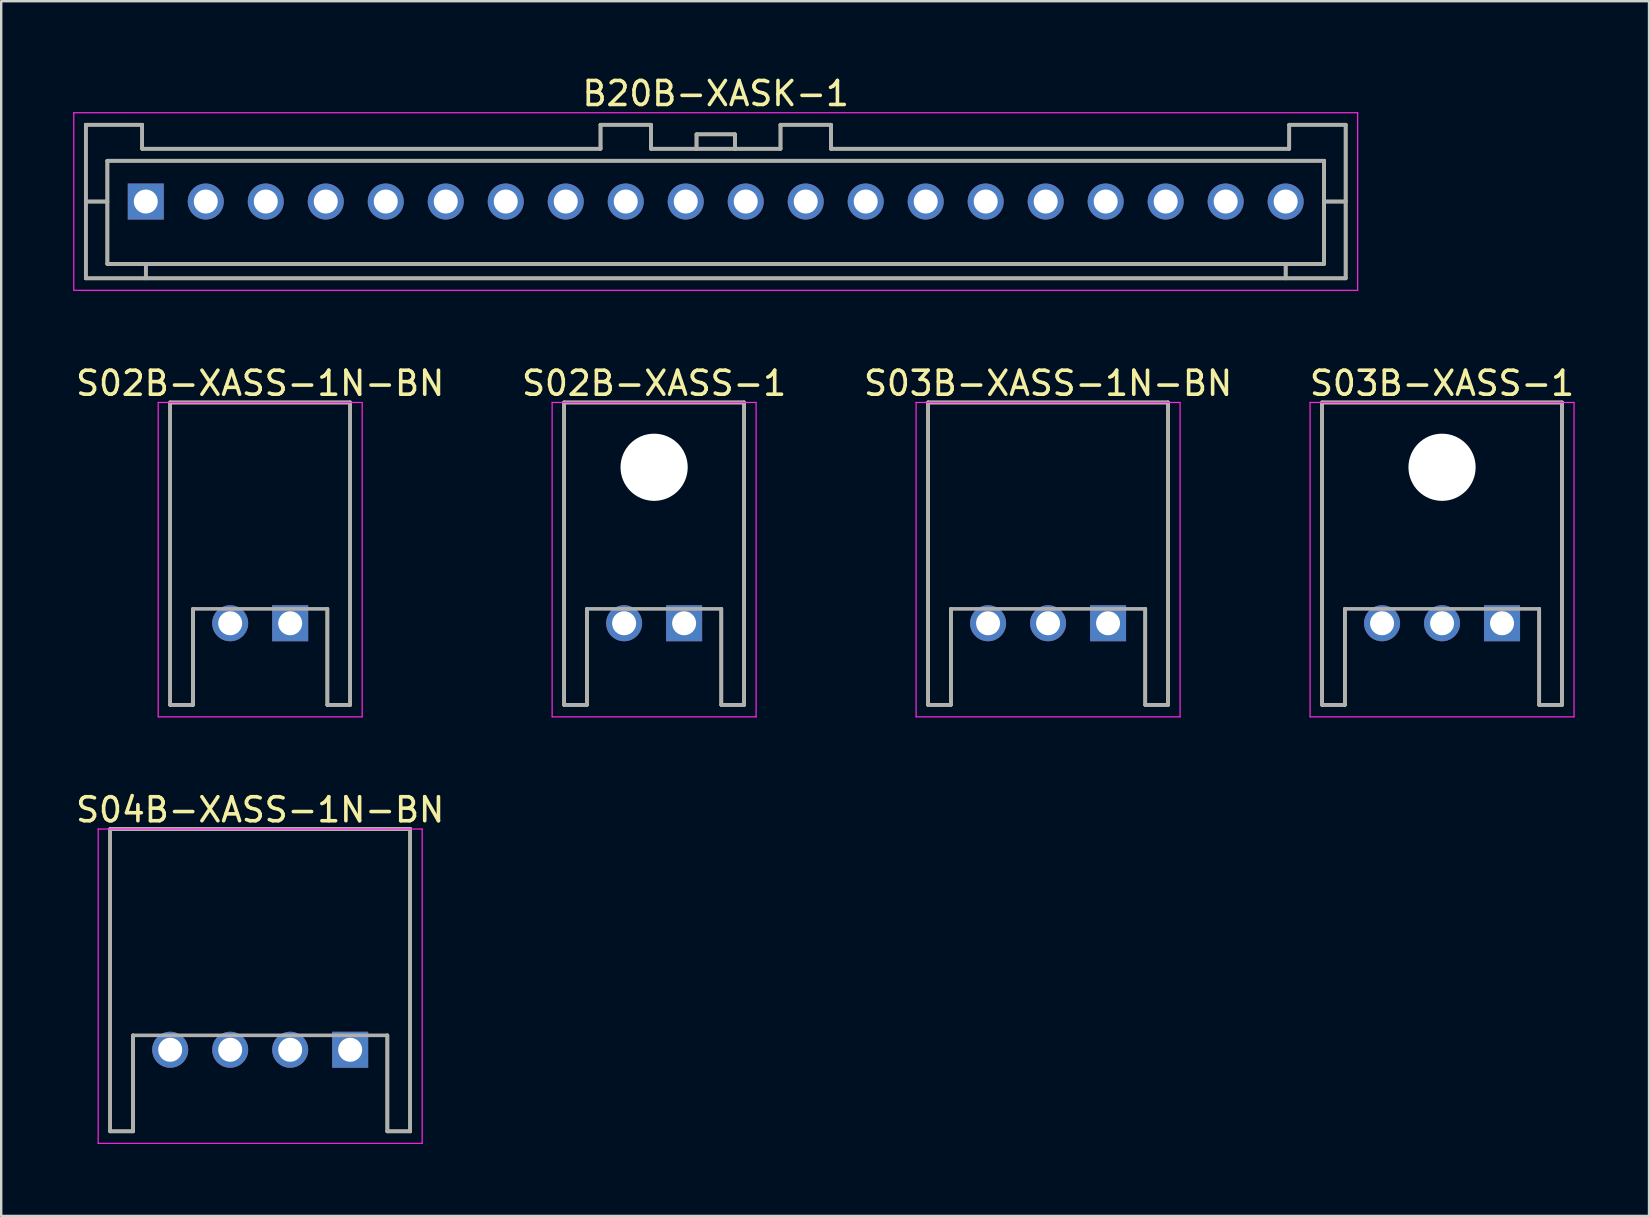
<source format=kicad_pcb>
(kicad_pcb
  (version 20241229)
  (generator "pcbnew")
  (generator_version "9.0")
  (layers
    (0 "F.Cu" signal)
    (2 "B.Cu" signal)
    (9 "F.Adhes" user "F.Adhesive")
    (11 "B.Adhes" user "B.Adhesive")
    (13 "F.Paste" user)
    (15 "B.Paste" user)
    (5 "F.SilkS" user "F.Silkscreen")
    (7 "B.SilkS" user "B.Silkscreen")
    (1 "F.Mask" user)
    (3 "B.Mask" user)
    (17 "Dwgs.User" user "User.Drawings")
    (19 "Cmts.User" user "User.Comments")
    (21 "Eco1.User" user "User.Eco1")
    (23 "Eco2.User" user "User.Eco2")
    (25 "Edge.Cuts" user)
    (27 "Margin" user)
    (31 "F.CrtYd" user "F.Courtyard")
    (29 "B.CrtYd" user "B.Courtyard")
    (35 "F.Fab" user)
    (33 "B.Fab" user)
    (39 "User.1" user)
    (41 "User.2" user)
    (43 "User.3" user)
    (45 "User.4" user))
  (footprint "S03B-XASS-1"
    (layer "F.Cu")
    (at 57.042 22.922)
    (property "Reference" "S03B-XASS-1" (at 0 -10 0) (layer "F.SilkS") (effects (font (size 1 1) (thickness 0.15))))
    (attr smd)
    (fp_line (start -5 -9.2) (end -5 3.4) (stroke (width 0.15) (type solid)) (layer "F.SilkS"))
    (fp_line (start -5 -9.2) (end 5 -9.2) (stroke (width 0.15) (type solid)) (layer "F.SilkS"))
    (fp_line (start -5 3.4) (end -4.05 3.4) (stroke (width 0.15) (type solid)) (layer "F.SilkS"))
    (fp_line (start -4.05 -0.6) (end -4.05 3.4) (stroke (width 0.15) (type solid)) (layer "F.SilkS"))
    (fp_line (start 4.05 -0.6) (end 4.05 3.4) (stroke (width 0.15) (type solid)) (layer "F.SilkS"))
    (fp_line (start 4.05 3.4) (end 5 3.4) (stroke (width 0.15) (type solid)) (layer "F.SilkS"))
    (fp_line (start 5 -9.2) (end 5 3.4) (stroke (width 0.15) (type solid)) (layer "F.SilkS"))
    (fp_line (start -5.5 -9.2) (end -5.5 3.9) (stroke (width 0.05) (type solid)) (layer "F.CrtYd"))
    (fp_line (start -5.5 -9.2) (end 5.5 -9.2) (stroke (width 0.05) (type solid)) (layer "F.CrtYd"))
    (fp_line (start -5.5 3.9) (end 5.5 3.9) (stroke (width 0.05) (type solid)) (layer "F.CrtYd"))
    (fp_line (start 5.5 -9.2) (end 5.5 3.9) (stroke (width 0.05) (type solid)) (layer "F.CrtYd"))
    (fp_line (start -5 -9.2) (end -5 3.4) (stroke (width 0.15) (type solid)) (layer "F.Fab"))
    (fp_line (start -5 -9.2) (end 5 -9.2) (stroke (width 0.15) (type solid)) (layer "F.Fab"))
    (fp_line (start -5 3.4) (end -4.05 3.4) (stroke (width 0.15) (type solid)) (layer "F.Fab"))
    (fp_line (start -4.05 -0.6) (end -4.05 3.4) (stroke (width 0.15) (type solid)) (layer "F.Fab"))
    (fp_line (start -4.05 -0.6) (end 4.05 -0.6) (stroke (width 0.15) (type solid)) (layer "F.Fab"))
    (fp_line (start 4.05 -0.6) (end 4.05 3.4) (stroke (width 0.15) (type solid)) (layer "F.Fab"))
    (fp_line (start 4.05 3.4) (end 5 3.4) (stroke (width 0.15) (type solid)) (layer "F.Fab"))
    (fp_line (start 5 -9.2) (end 5 3.4) (stroke (width 0.15) (type solid)) (layer "F.Fab"))
    (pad "" np_thru_hole circle (at 0 -6.5) (size 2.8 2.8) (drill 2.8) (layers "*.Cu" "*.Mask"))
    (pad "1" thru_hole rect (at 2.5 0 180) (size 1.5 1.5) (drill 1) (layers "*.Cu" "*.Mask"))
    (pad "2" thru_hole circle (at 0 0 180) (size 1.5 1.5) (drill 1) (layers "*.Cu" "*.Mask"))
    (pad "3" thru_hole circle (at -2.5 0 180) (size 1.5 1.5) (drill 1) (layers "*.Cu" "*.Mask")))
  (footprint "S04B-XASS-1N-BN"
    (layer "F.Cu")
    (at 7.792 40.695)
    (property "Reference" "S04B-XASS-1N-BN" (at 0 -10 0) (layer "F.SilkS") (effects (font (size 1 1) (thickness 0.15))))
    (attr smd)
    (fp_line (start -6.25 -9.2) (end -6.25 3.4) (stroke (width 0.15) (type solid)) (layer "F.SilkS"))
    (fp_line (start -6.25 -9.2) (end 6.25 -9.2) (stroke (width 0.15) (type solid)) (layer "F.SilkS"))
    (fp_line (start -6.25 3.4) (end -5.3 3.4) (stroke (width 0.15) (type solid)) (layer "F.SilkS"))
    (fp_line (start -5.3 -0.6) (end -5.3 3.4) (stroke (width 0.15) (type solid)) (layer "F.SilkS"))
    (fp_line (start 5.3 -0.6) (end 5.3 3.4) (stroke (width 0.15) (type solid)) (layer "F.SilkS"))
    (fp_line (start 5.3 3.4) (end 6.25 3.4) (stroke (width 0.15) (type solid)) (layer "F.SilkS"))
    (fp_line (start 6.25 -9.2) (end 6.25 3.4) (stroke (width 0.15) (type solid)) (layer "F.SilkS"))
    (fp_line (start -6.75 -9.2) (end -6.75 3.9) (stroke (width 0.05) (type solid)) (layer "F.CrtYd"))
    (fp_line (start -6.75 -9.2) (end 6.75 -9.2) (stroke (width 0.05) (type solid)) (layer "F.CrtYd"))
    (fp_line (start -6.75 3.9) (end 6.75 3.9) (stroke (width 0.05) (type solid)) (layer "F.CrtYd"))
    (fp_line (start 6.75 -9.2) (end 6.75 3.9) (stroke (width 0.05) (type solid)) (layer "F.CrtYd"))
    (fp_line (start -6.25 -9.2) (end -6.25 3.4) (stroke (width 0.15) (type solid)) (layer "F.Fab"))
    (fp_line (start -6.25 -9.2) (end 6.25 -9.2) (stroke (width 0.15) (type solid)) (layer "F.Fab"))
    (fp_line (start -6.25 3.4) (end -5.3 3.4) (stroke (width 0.15) (type solid)) (layer "F.Fab"))
    (fp_line (start -5.3 -0.6) (end -5.3 3.4) (stroke (width 0.15) (type solid)) (layer "F.Fab"))
    (fp_line (start -5.3 -0.6) (end 5.3 -0.6) (stroke (width 0.15) (type solid)) (layer "F.Fab"))
    (fp_line (start 5.3 -0.6) (end 5.3 3.4) (stroke (width 0.15) (type solid)) (layer "F.Fab"))
    (fp_line (start 5.3 3.4) (end 6.25 3.4) (stroke (width 0.15) (type solid)) (layer "F.Fab"))
    (fp_line (start 6.25 -9.2) (end 6.25 3.4) (stroke (width 0.15) (type solid)) (layer "F.Fab"))
    (pad "1" thru_hole rect (at 3.75 0 180) (size 1.5 1.5) (drill 1) (layers "*.Cu" "*.Mask"))
    (pad "2" thru_hole circle (at 1.25 0 180) (size 1.5 1.5) (drill 1) (layers "*.Cu" "*.Mask"))
    (pad "3" thru_hole circle (at -1.25 0 180) (size 1.5 1.5) (drill 1) (layers "*.Cu" "*.Mask"))
    (pad "4" thru_hole circle (at -3.75 0 180) (size 1.5 1.5) (drill 1) (layers "*.Cu" "*.Mask")))
  (footprint "S02B-XASS-1N-BN"
    (layer "F.Cu")
    (at 7.792 22.922)
    (property "Reference" "S02B-XASS-1N-BN" (at 0 -10 0) (layer "F.SilkS") (effects (font (size 1 1) (thickness 0.15))))
    (attr smd)
    (fp_line (start -3.75 -9.2) (end -3.75 3.4) (stroke (width 0.15) (type solid)) (layer "F.SilkS"))
    (fp_line (start -3.75 -9.2) (end 3.75 -9.2) (stroke (width 0.15) (type solid)) (layer "F.SilkS"))
    (fp_line (start -3.75 3.4) (end -2.8 3.4) (stroke (width 0.15) (type solid)) (layer "F.SilkS"))
    (fp_line (start -2.8 -0.6) (end -2.8 3.4) (stroke (width 0.15) (type solid)) (layer "F.SilkS"))
    (fp_line (start 2.8 -0.6) (end 2.8 3.4) (stroke (width 0.15) (type solid)) (layer "F.SilkS"))
    (fp_line (start 2.8 3.4) (end 3.75 3.4) (stroke (width 0.15) (type solid)) (layer "F.SilkS"))
    (fp_line (start 3.75 -9.2) (end 3.75 3.4) (stroke (width 0.15) (type solid)) (layer "F.SilkS"))
    (fp_line (start -4.25 -9.2) (end -4.25 3.9) (stroke (width 0.05) (type solid)) (layer "F.CrtYd"))
    (fp_line (start -4.25 -9.2) (end 4.25 -9.2) (stroke (width 0.05) (type solid)) (layer "F.CrtYd"))
    (fp_line (start -4.25 3.9) (end 4.25 3.9) (stroke (width 0.05) (type solid)) (layer "F.CrtYd"))
    (fp_line (start 4.25 -9.2) (end 4.25 3.9) (stroke (width 0.05) (type solid)) (layer "F.CrtYd"))
    (fp_line (start -3.75 -9.2) (end -3.75 3.4) (stroke (width 0.15) (type solid)) (layer "F.Fab"))
    (fp_line (start -3.75 -9.2) (end 3.75 -9.2) (stroke (width 0.15) (type solid)) (layer "F.Fab"))
    (fp_line (start -3.75 3.4) (end -2.8 3.4) (stroke (width 0.15) (type solid)) (layer "F.Fab"))
    (fp_line (start -2.8 -0.6) (end -2.8 3.4) (stroke (width 0.15) (type solid)) (layer "F.Fab"))
    (fp_line (start -2.8 -0.6) (end 2.8 -0.6) (stroke (width 0.15) (type solid)) (layer "F.Fab"))
    (fp_line (start 2.8 -0.6) (end 2.8 3.4) (stroke (width 0.15) (type solid)) (layer "F.Fab"))
    (fp_line (start 2.8 3.4) (end 3.75 3.4) (stroke (width 0.15) (type solid)) (layer "F.Fab"))
    (fp_line (start 3.75 -9.2) (end 3.75 3.4) (stroke (width 0.15) (type solid)) (layer "F.Fab"))
    (pad "1" thru_hole rect (at 1.25 0 180) (size 1.5 1.5) (drill 1) (layers "*.Cu" "*.Mask"))
    (pad "2" thru_hole circle (at -1.25 0 180) (size 1.5 1.5) (drill 1) (layers "*.Cu" "*.Mask")))
  (footprint "B20B-XASK-1"
    (layer "F.Cu")
    (at 26.775 5.348)
    (property "Reference" "B20B-XASK-1" (at 0 -4.5 0) (layer "F.SilkS") (effects (font (size 1 1) (thickness 0.15))))
    (attr smd)
    (fp_line (start -26.25 -3.2) (end -26.25 3.2) (stroke (width 0.15) (type solid)) (layer "F.SilkS"))
    (fp_line (start -26.25 -3.2) (end -23.9 -3.2) (stroke (width 0.15) (type solid)) (layer "F.SilkS"))
    (fp_line (start -26.25 0) (end -25.35 0) (stroke (width 0.15) (type solid)) (layer "F.SilkS"))
    (fp_line (start -26.25 3.2) (end 26.25 3.2) (stroke (width 0.15) (type solid)) (layer "F.SilkS"))
    (fp_line (start -25.35 -1.7) (end -25.35 2.6) (stroke (width 0.15) (type solid)) (layer "F.SilkS"))
    (fp_line (start -25.35 -1.7) (end 25.35 -1.7) (stroke (width 0.15) (type solid)) (layer "F.SilkS"))
    (fp_line (start -25.35 2.6) (end 25.35 2.6) (stroke (width 0.15) (type solid)) (layer "F.SilkS"))
    (fp_line (start -23.9 -3.2) (end -23.9 -2.2) (stroke (width 0.15) (type solid)) (layer "F.SilkS"))
    (fp_line (start -23.9 -2.2) (end -4.8 -2.2) (stroke (width 0.15) (type solid)) (layer "F.SilkS"))
    (fp_line (start -23.75 2.6) (end -23.75 3.2) (stroke (width 0.15) (type solid)) (layer "F.SilkS"))
    (fp_line (start -4.8 -3.2) (end -4.8 -2.2) (stroke (width 0.15) (type solid)) (layer "F.SilkS"))
    (fp_line (start -4.8 -3.2) (end -2.7 -3.2) (stroke (width 0.15) (type solid)) (layer "F.SilkS"))
    (fp_line (start -2.7 -3.2) (end -2.7 -2.2) (stroke (width 0.15) (type solid)) (layer "F.SilkS"))
    (fp_line (start -2.7 -2.2) (end 2.7 -2.2) (stroke (width 0.15) (type solid)) (layer "F.SilkS"))
    (fp_line (start -0.8 -2.8) (end -0.8 -2.2) (stroke (width 0.15) (type solid)) (layer "F.SilkS"))
    (fp_line (start -0.8 -2.8) (end 0.8 -2.8) (stroke (width 0.15) (type solid)) (layer "F.SilkS"))
    (fp_line (start 0.8 -2.8) (end 0.8 -2.2) (stroke (width 0.15) (type solid)) (layer "F.SilkS"))
    (fp_line (start 2.7 -3.2) (end 2.7 -2.2) (stroke (width 0.15) (type solid)) (layer "F.SilkS"))
    (fp_line (start 2.7 -3.2) (end 4.8 -3.2) (stroke (width 0.15) (type solid)) (layer "F.SilkS"))
    (fp_line (start 4.8 -3.2) (end 4.8 -2.2) (stroke (width 0.15) (type solid)) (layer "F.SilkS"))
    (fp_line (start 4.8 -2.2) (end 23.9 -2.2) (stroke (width 0.15) (type solid)) (layer "F.SilkS"))
    (fp_line (start 23.75 2.6) (end 23.75 3.2) (stroke (width 0.15) (type solid)) (layer "F.SilkS"))
    (fp_line (start 23.9 -3.2) (end 23.9 -2.2) (stroke (width 0.15) (type solid)) (layer "F.SilkS"))
    (fp_line (start 23.9 -3.2) (end 26.25 -3.2) (stroke (width 0.15) (type solid)) (layer "F.SilkS"))
    (fp_line (start 25.35 -1.7) (end 25.35 2.6) (stroke (width 0.15) (type solid)) (layer "F.SilkS"))
    (fp_line (start 25.35 0) (end 26.25 0) (stroke (width 0.15) (type solid)) (layer "F.SilkS"))
    (fp_line (start 26.25 -3.2) (end 26.25 3.2) (stroke (width 0.15) (type solid)) (layer "F.SilkS"))
    (fp_line (start -26.75 -3.7) (end -26.75 3.7) (stroke (width 0.05) (type solid)) (layer "F.CrtYd"))
    (fp_line (start -26.75 -3.7) (end 26.75 -3.7) (stroke (width 0.05) (type solid)) (layer "F.CrtYd"))
    (fp_line (start -26.75 3.7) (end 26.75 3.7) (stroke (width 0.05) (type solid)) (layer "F.CrtYd"))
    (fp_line (start 26.75 -3.7) (end 26.75 3.7) (stroke (width 0.05) (type solid)) (layer "F.CrtYd"))
    (fp_line (start -26.25 -3.2) (end -26.25 3.2) (stroke (width 0.15) (type solid)) (layer "F.Fab"))
    (fp_line (start -26.25 -3.2) (end -23.9 -3.2) (stroke (width 0.15) (type solid)) (layer "F.Fab"))
    (fp_line (start -26.25 0) (end -25.35 0) (stroke (width 0.15) (type solid)) (layer "F.Fab"))
    (fp_line (start -26.25 3.2) (end 26.25 3.2) (stroke (width 0.15) (type solid)) (layer "F.Fab"))
    (fp_line (start -25.35 -1.7) (end -25.35 2.6) (stroke (width 0.15) (type solid)) (layer "F.Fab"))
    (fp_line (start -25.35 -1.7) (end 25.35 -1.7) (stroke (width 0.15) (type solid)) (layer "F.Fab"))
    (fp_line (start -25.35 2.6) (end 25.35 2.6) (stroke (width 0.15) (type solid)) (layer "F.Fab"))
    (fp_line (start -23.9 -3.2) (end -23.9 -2.2) (stroke (width 0.15) (type solid)) (layer "F.Fab"))
    (fp_line (start -23.9 -2.2) (end -4.8 -2.2) (stroke (width 0.15) (type solid)) (layer "F.Fab"))
    (fp_line (start -23.75 2.6) (end -23.75 3.2) (stroke (width 0.15) (type solid)) (layer "F.Fab"))
    (fp_line (start -4.8 -3.2) (end -4.8 -2.2) (stroke (width 0.15) (type solid)) (layer "F.Fab"))
    (fp_line (start -4.8 -3.2) (end -2.7 -3.2) (stroke (width 0.15) (type solid)) (layer "F.Fab"))
    (fp_line (start -2.7 -3.2) (end -2.7 -2.2) (stroke (width 0.15) (type solid)) (layer "F.Fab"))
    (fp_line (start -2.7 -2.2) (end 2.7 -2.2) (stroke (width 0.15) (type solid)) (layer "F.Fab"))
    (fp_line (start -0.8 -2.8) (end -0.8 -2.2) (stroke (width 0.15) (type solid)) (layer "F.Fab"))
    (fp_line (start -0.8 -2.8) (end 0.8 -2.8) (stroke (width 0.15) (type solid)) (layer "F.Fab"))
    (fp_line (start 0.8 -2.8) (end 0.8 -2.2) (stroke (width 0.15) (type solid)) (layer "F.Fab"))
    (fp_line (start 2.7 -3.2) (end 2.7 -2.2) (stroke (width 0.15) (type solid)) (layer "F.Fab"))
    (fp_line (start 2.7 -3.2) (end 4.8 -3.2) (stroke (width 0.15) (type solid)) (layer "F.Fab"))
    (fp_line (start 4.8 -3.2) (end 4.8 -2.2) (stroke (width 0.15) (type solid)) (layer "F.Fab"))
    (fp_line (start 4.8 -2.2) (end 23.9 -2.2) (stroke (width 0.15) (type solid)) (layer "F.Fab"))
    (fp_line (start 23.75 2.6) (end 23.75 3.2) (stroke (width 0.15) (type solid)) (layer "F.Fab"))
    (fp_line (start 23.9 -3.2) (end 23.9 -2.2) (stroke (width 0.15) (type solid)) (layer "F.Fab"))
    (fp_line (start 23.9 -3.2) (end 26.25 -3.2) (stroke (width 0.15) (type solid)) (layer "F.Fab"))
    (fp_line (start 25.35 -1.7) (end 25.35 2.6) (stroke (width 0.15) (type solid)) (layer "F.Fab"))
    (fp_line (start 25.35 0) (end 26.25 0) (stroke (width 0.15) (type solid)) (layer "F.Fab"))
    (fp_line (start 26.25 -3.2) (end 26.25 3.2) (stroke (width 0.15) (type solid)) (layer "F.Fab"))
    (pad "1" thru_hole rect (at -23.75 0) (size 1.5 1.5) (drill 1) (layers "*.Cu" "*.Mask"))
    (pad "2" thru_hole circle (at -21.25 0) (size 1.5 1.5) (drill 1) (layers "*.Cu" "*.Mask"))
    (pad "3" thru_hole circle (at -18.75 0) (size 1.5 1.5) (drill 1) (layers "*.Cu" "*.Mask"))
    (pad "4" thru_hole circle (at -16.25 0) (size 1.5 1.5) (drill 1) (layers "*.Cu" "*.Mask"))
    (pad "5" thru_hole circle (at -13.75 0) (size 1.5 1.5) (drill 1) (layers "*.Cu" "*.Mask"))
    (pad "6" thru_hole circle (at -11.25 0) (size 1.5 1.5) (drill 1) (layers "*.Cu" "*.Mask"))
    (pad "7" thru_hole circle (at -8.75 0) (size 1.5 1.5) (drill 1) (layers "*.Cu" "*.Mask"))
    (pad "8" thru_hole circle (at -6.25 0) (size 1.5 1.5) (drill 1) (layers "*.Cu" "*.Mask"))
    (pad "9" thru_hole circle (at -3.75 0) (size 1.5 1.5) (drill 1) (layers "*.Cu" "*.Mask"))
    (pad "10" thru_hole circle (at -1.25 0) (size 1.5 1.5) (drill 1) (layers "*.Cu" "*.Mask"))
    (pad "11" thru_hole circle (at 1.25 0) (size 1.5 1.5) (drill 1) (layers "*.Cu" "*.Mask"))
    (pad "12" thru_hole circle (at 3.75 0) (size 1.5 1.5) (drill 1) (layers "*.Cu" "*.Mask"))
    (pad "13" thru_hole circle (at 6.25 0) (size 1.5 1.5) (drill 1) (layers "*.Cu" "*.Mask"))
    (pad "14" thru_hole circle (at 8.75 0) (size 1.5 1.5) (drill 1) (layers "*.Cu" "*.Mask"))
    (pad "15" thru_hole circle (at 11.25 0) (size 1.5 1.5) (drill 1) (layers "*.Cu" "*.Mask"))
    (pad "16" thru_hole circle (at 13.75 0) (size 1.5 1.5) (drill 1) (layers "*.Cu" "*.Mask"))
    (pad "17" thru_hole circle (at 16.25 0) (size 1.5 1.5) (drill 1) (layers "*.Cu" "*.Mask"))
    (pad "18" thru_hole circle (at 18.75 0) (size 1.5 1.5) (drill 1) (layers "*.Cu" "*.Mask"))
    (pad "19" thru_hole circle (at 21.25 0) (size 1.5 1.5) (drill 1) (layers "*.Cu" "*.Mask"))
    (pad "20" thru_hole circle (at 23.75 0) (size 1.5 1.5) (drill 1) (layers "*.Cu" "*.Mask")))
  (footprint "S03B-XASS-1N-BN"
    (layer "F.Cu")
    (at 40.625 22.922)
    (property "Reference" "S03B-XASS-1N-BN" (at 0 -10 0) (layer "F.SilkS") (effects (font (size 1 1) (thickness 0.15))))
    (attr smd)
    (fp_line (start -5 -9.2) (end -5 3.4) (stroke (width 0.15) (type solid)) (layer "F.SilkS"))
    (fp_line (start -5 -9.2) (end 5 -9.2) (stroke (width 0.15) (type solid)) (layer "F.SilkS"))
    (fp_line (start -5 3.4) (end -4.05 3.4) (stroke (width 0.15) (type solid)) (layer "F.SilkS"))
    (fp_line (start -4.05 -0.6) (end -4.05 3.4) (stroke (width 0.15) (type solid)) (layer "F.SilkS"))
    (fp_line (start 4.05 -0.6) (end 4.05 3.4) (stroke (width 0.15) (type solid)) (layer "F.SilkS"))
    (fp_line (start 4.05 3.4) (end 5 3.4) (stroke (width 0.15) (type solid)) (layer "F.SilkS"))
    (fp_line (start 5 -9.2) (end 5 3.4) (stroke (width 0.15) (type solid)) (layer "F.SilkS"))
    (fp_line (start -5.5 -9.2) (end -5.5 3.9) (stroke (width 0.05) (type solid)) (layer "F.CrtYd"))
    (fp_line (start -5.5 -9.2) (end 5.5 -9.2) (stroke (width 0.05) (type solid)) (layer "F.CrtYd"))
    (fp_line (start -5.5 3.9) (end 5.5 3.9) (stroke (width 0.05) (type solid)) (layer "F.CrtYd"))
    (fp_line (start 5.5 -9.2) (end 5.5 3.9) (stroke (width 0.05) (type solid)) (layer "F.CrtYd"))
    (fp_line (start -5 -9.2) (end -5 3.4) (stroke (width 0.15) (type solid)) (layer "F.Fab"))
    (fp_line (start -5 -9.2) (end 5 -9.2) (stroke (width 0.15) (type solid)) (layer "F.Fab"))
    (fp_line (start -5 3.4) (end -4.05 3.4) (stroke (width 0.15) (type solid)) (layer "F.Fab"))
    (fp_line (start -4.05 -0.6) (end -4.05 3.4) (stroke (width 0.15) (type solid)) (layer "F.Fab"))
    (fp_line (start -4.05 -0.6) (end 4.05 -0.6) (stroke (width 0.15) (type solid)) (layer "F.Fab"))
    (fp_line (start 4.05 -0.6) (end 4.05 3.4) (stroke (width 0.15) (type solid)) (layer "F.Fab"))
    (fp_line (start 4.05 3.4) (end 5 3.4) (stroke (width 0.15) (type solid)) (layer "F.Fab"))
    (fp_line (start 5 -9.2) (end 5 3.4) (stroke (width 0.15) (type solid)) (layer "F.Fab"))
    (pad "1" thru_hole rect (at 2.5 0 180) (size 1.5 1.5) (drill 1) (layers "*.Cu" "*.Mask"))
    (pad "2" thru_hole circle (at 0 0 180) (size 1.5 1.5) (drill 1) (layers "*.Cu" "*.Mask"))
    (pad "3" thru_hole circle (at -2.5 0 180) (size 1.5 1.5) (drill 1) (layers "*.Cu" "*.Mask")))
  (footprint "S02B-XASS-1"
    (layer "F.Cu")
    (at 24.208 22.922)
    (property "Reference" "S02B-XASS-1" (at 0 -10 0) (layer "F.SilkS") (effects (font (size 1 1) (thickness 0.15))))
    (attr smd)
    (fp_line (start -3.75 -9.2) (end -3.75 3.4) (stroke (width 0.15) (type solid)) (layer "F.SilkS"))
    (fp_line (start -3.75 -9.2) (end 3.75 -9.2) (stroke (width 0.15) (type solid)) (layer "F.SilkS"))
    (fp_line (start -3.75 3.4) (end -2.8 3.4) (stroke (width 0.15) (type solid)) (layer "F.SilkS"))
    (fp_line (start -2.8 -0.6) (end -2.8 3.4) (stroke (width 0.15) (type solid)) (layer "F.SilkS"))
    (fp_line (start 2.8 -0.6) (end 2.8 3.4) (stroke (width 0.15) (type solid)) (layer "F.SilkS"))
    (fp_line (start 2.8 3.4) (end 3.75 3.4) (stroke (width 0.15) (type solid)) (layer "F.SilkS"))
    (fp_line (start 3.75 -9.2) (end 3.75 3.4) (stroke (width 0.15) (type solid)) (layer "F.SilkS"))
    (fp_line (start -4.25 -9.2) (end -4.25 3.9) (stroke (width 0.05) (type solid)) (layer "F.CrtYd"))
    (fp_line (start -4.25 -9.2) (end 4.25 -9.2) (stroke (width 0.05) (type solid)) (layer "F.CrtYd"))
    (fp_line (start -4.25 3.9) (end 4.25 3.9) (stroke (width 0.05) (type solid)) (layer "F.CrtYd"))
    (fp_line (start 4.25 -9.2) (end 4.25 3.9) (stroke (width 0.05) (type solid)) (layer "F.CrtYd"))
    (fp_line (start -3.75 -9.2) (end -3.75 3.4) (stroke (width 0.15) (type solid)) (layer "F.Fab"))
    (fp_line (start -3.75 -9.2) (end 3.75 -9.2) (stroke (width 0.15) (type solid)) (layer "F.Fab"))
    (fp_line (start -3.75 3.4) (end -2.8 3.4) (stroke (width 0.15) (type solid)) (layer "F.Fab"))
    (fp_line (start -2.8 -0.6) (end -2.8 3.4) (stroke (width 0.15) (type solid)) (layer "F.Fab"))
    (fp_line (start -2.8 -0.6) (end 2.8 -0.6) (stroke (width 0.15) (type solid)) (layer "F.Fab"))
    (fp_line (start 2.8 -0.6) (end 2.8 3.4) (stroke (width 0.15) (type solid)) (layer "F.Fab"))
    (fp_line (start 2.8 3.4) (end 3.75 3.4) (stroke (width 0.15) (type solid)) (layer "F.Fab"))
    (fp_line (start 3.75 -9.2) (end 3.75 3.4) (stroke (width 0.15) (type solid)) (layer "F.Fab"))
    (pad "" np_thru_hole circle (at 0 -6.5) (size 2.8 2.8) (drill 2.8) (layers "*.Cu" "*.Mask"))
    (pad "1" thru_hole rect (at 1.25 0 180) (size 1.5 1.5) (drill 1) (layers "*.Cu" "*.Mask"))
    (pad "2" thru_hole circle (at -1.25 0 180) (size 1.5 1.5) (drill 1) (layers "*.Cu" "*.Mask")))
  (gr_rect
    (start -3 -3)
    (end 65.667 47.62)
    (stroke (width 0.1) (type default))
    (fill no)
    (layer "Edge.Cuts")))
</source>
